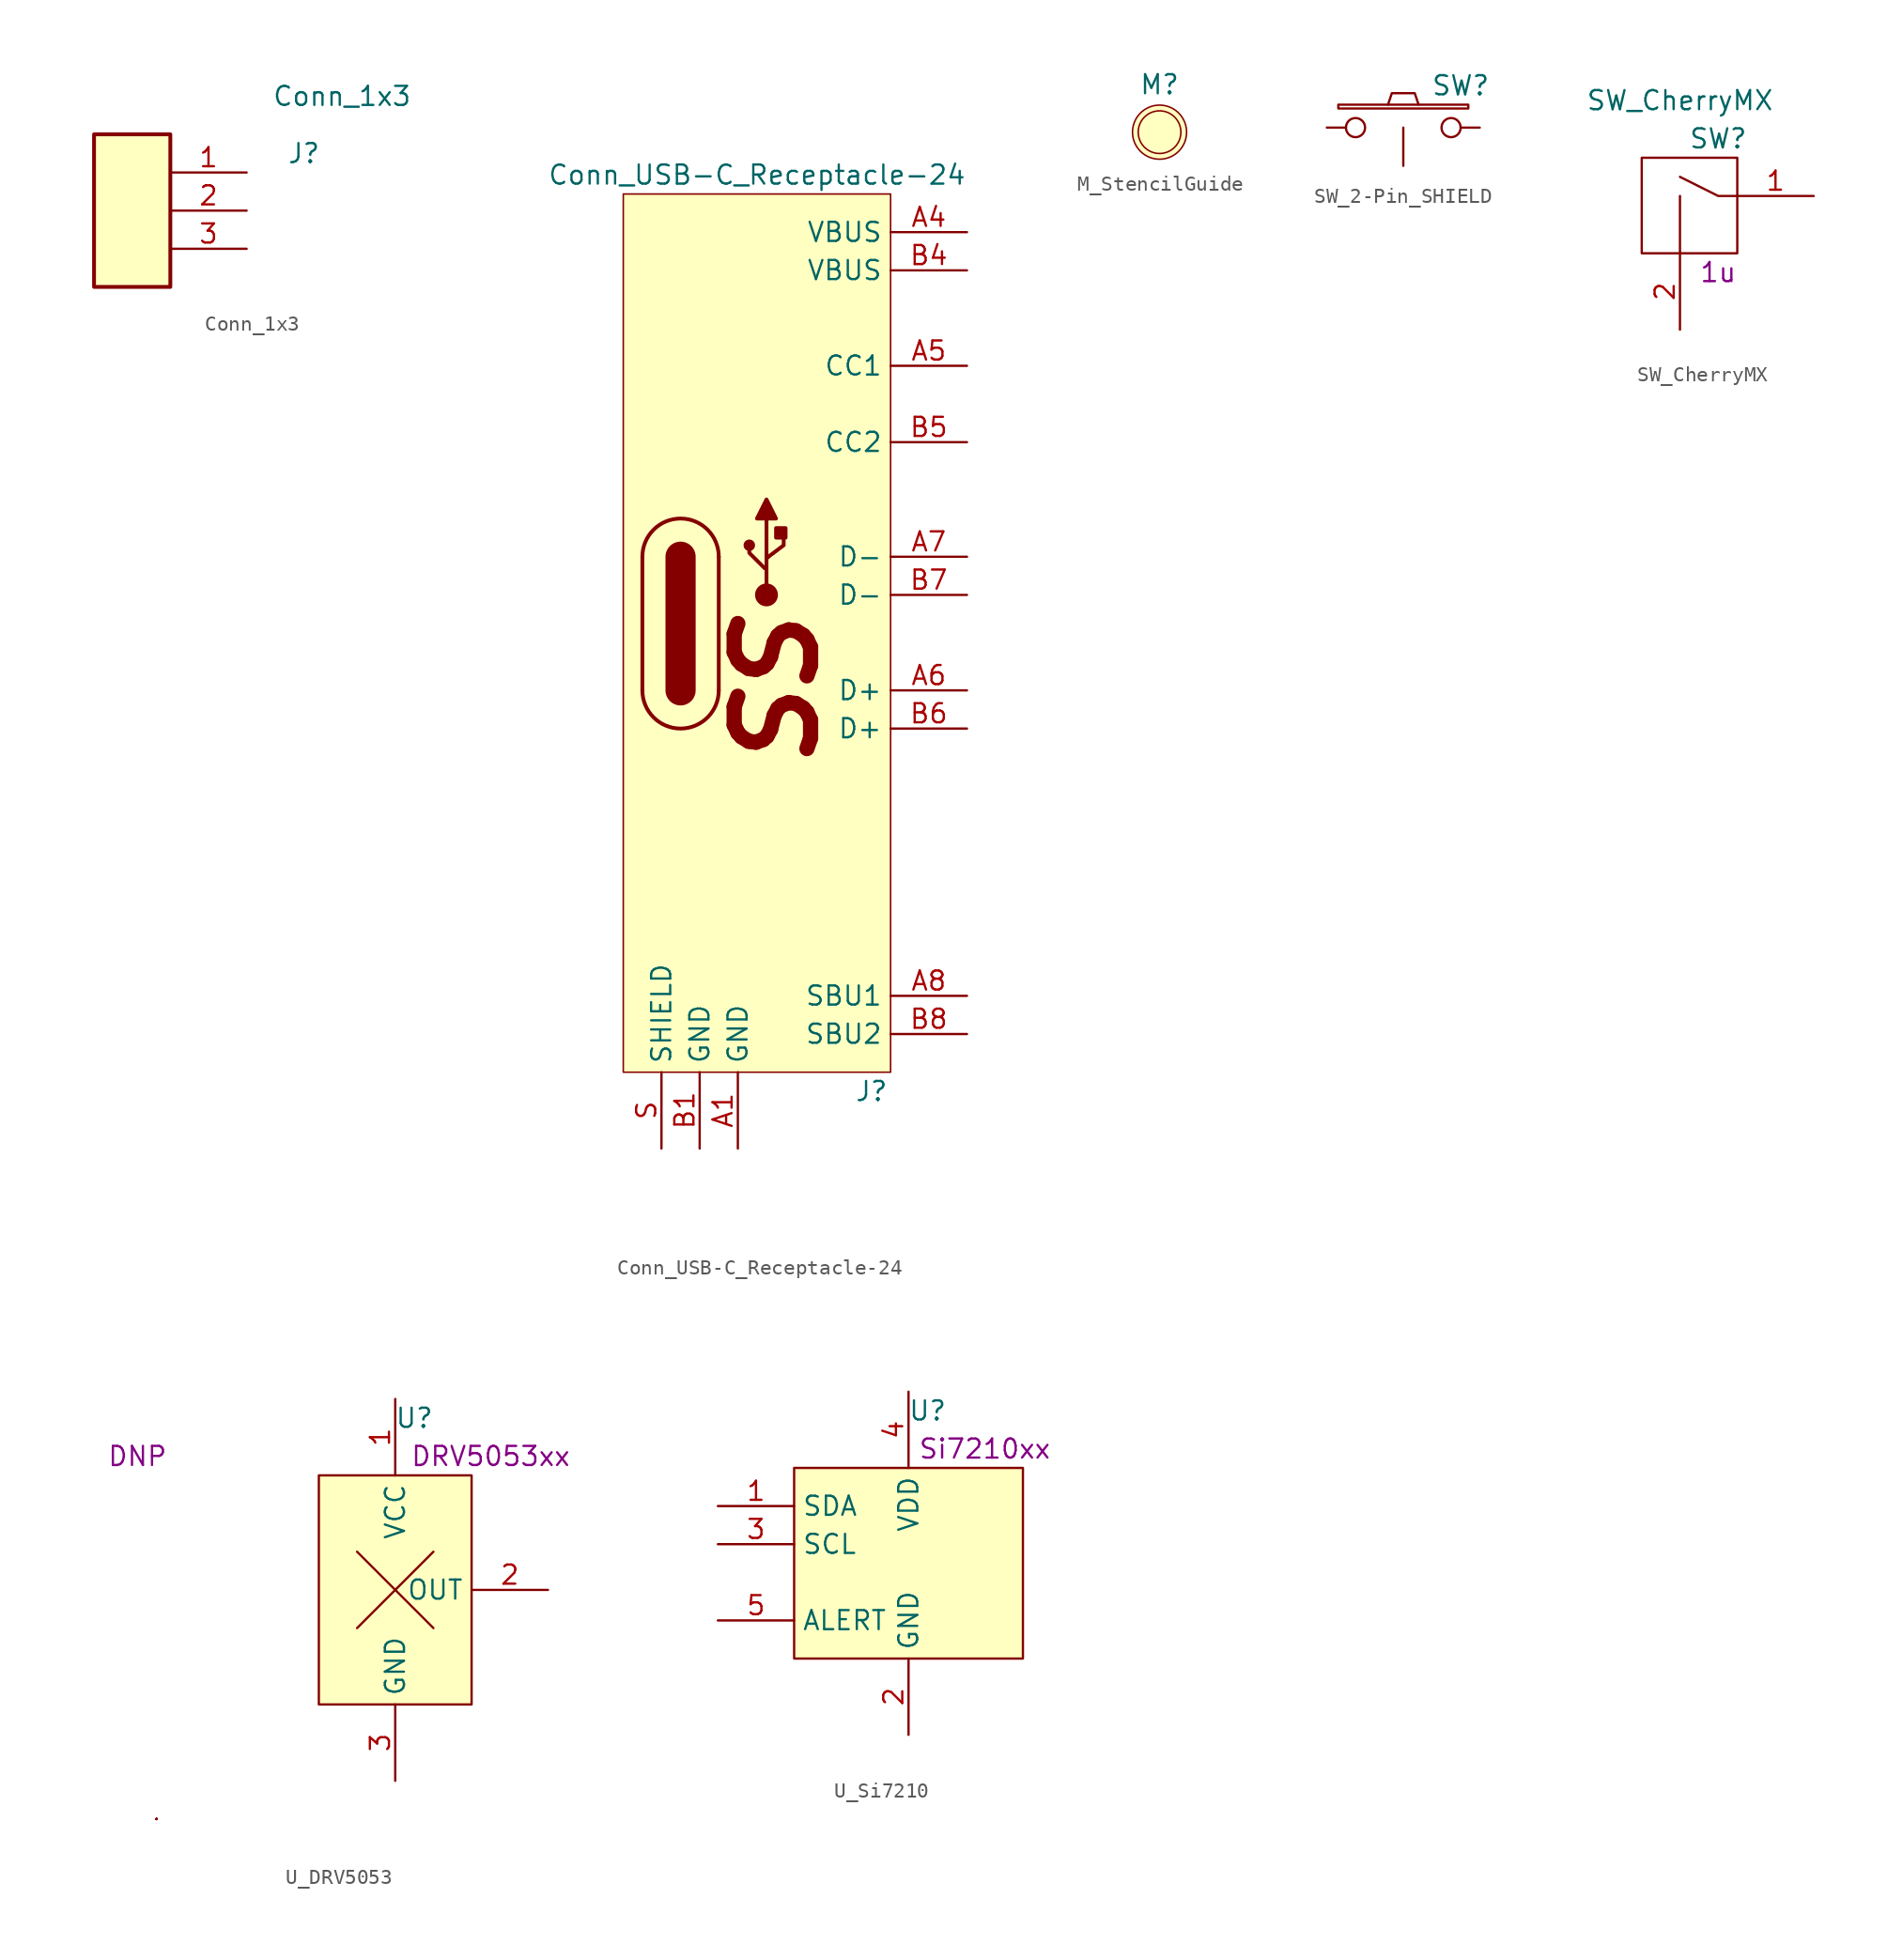
<source format=kicad_sym>
(kicad_symbol_lib
  (version 20211014)
  (generator kicad_symbol_editor)
  (symbol "Conn_1x3"
    (property "Reference" "J"
      (at 11.43 3.81 0)
      (effects (font (size 1.27 1.27))))
    (property "Value" "Conn_1x3"
      (at 13.97 7.62 0)
      (effects (font (size 1.27 1.27))))
    (symbol "Conn_1x3_0_1"
      (rectangle (start -2.54 5.08) (end 2.54 -5.08) (stroke (width 0.254) (type default) (color 0 0 0 0)) (fill (type background))))
    (symbol "Conn_1x3_1_1"
      (pin bidirectional line (at 7.62 2.54 180) (length 5.08) (name "~" (effects (font (size 1.27 1.27)))) (number "1" (effects (font (size 1.27 1.27)))))
      (pin bidirectional line (at 7.62 0 180) (length 5.08) (name "~" (effects (font (size 1.27 1.27)))) (number "2" (effects (font (size 1.27 1.27)))))
      (pin bidirectional line (at 7.62 -2.54 180) (length 5.08) (name "~" (effects (font (size 1.27 1.27)))) (number "3" (effects (font (size 1.27 1.27)))))))
  (symbol "Conn_USB-C_Receptacle-24"
    (property "Reference" "J"
      (at 7.62 -30.48 0)
      (effects (font (size 1.27 1.27))))
    (property "Value" "Conn_USB-C_Receptacle-24"
      (at 0 30.48 0)
      (effects (font (size 1.27 1.27))))
    (symbol "Conn_USB-C_Receptacle-24_0_0"
      (text "SS" (at 1.27 -3.81 900) (effects (font (size 5.08 5.08) bold italic))))
    (symbol "Conn_USB-C_Receptacle-24_0_1"
      (arc (start -7.62 -3.81) (mid -5.08 -6.35) (end -2.54 -3.81) (stroke (width 0.254) (type default) (color 0 0 0 0)) (fill (type none)))
      (arc (start -2.54 5.08) (mid -5.08 7.62) (end -7.62 5.08) (stroke (width 0.254) (type default) (color 0 0 0 0)) (fill (type none)))
      (polyline (pts (xy -7.62 -3.81) (xy -7.62 5.08)) (stroke (width 0.254) (type default) (color 0 0 0 0)) (fill (type none)))
      (polyline (pts (xy -5.08 5.08) (xy -5.08 -3.81)) (stroke (width 2.007) (type default) (color 0 0 0 0)) (fill (type none)))
      (polyline (pts (xy -2.54 5.08) (xy -2.54 -3.81)) (stroke (width 0.254) (type default) (color 0 0 0 0)) (fill (type none)))
      (rectangle (start 8.89 29.21) (end -8.89 -29.21) (stroke (width 0.102) (type default) (color 0 0 0 0)) (fill (type background))))
    (symbol "Conn_USB-C_Receptacle-24_1_1"
      (circle (center -0.508 5.842) (radius 0.254) (stroke (width 0.254) (type default) (color 0 0 0 0)) (fill (type outline)))
      (polyline (pts (xy 0.635 2.54) (xy 0.635 7.62)) (stroke (width 0.254) (type default) (color 0 0 0 0)) (fill (type none)))
      (polyline (pts (xy 0.762 5.08) (xy 0.635 4.953)) (stroke (width 0.254) (type default) (color 0 0 0 0)) (fill (type none)))
      (polyline (pts (xy -0.508 5.842) (xy -0.508 5.334) (xy 0.508 4.318)) (stroke (width 0.254) (type default) (color 0 0 0 0)) (fill (type none)))
      (polyline (pts (xy 1.778 6.35) (xy 1.778 5.842) (xy 0.762 5.08)) (stroke (width 0.254) (type default) (color 0 0 0 0)) (fill (type none)))
      (polyline (pts (xy 1.27 7.62) (xy 0 7.62) (xy 0.635 8.89) (xy 1.27 7.62)) (stroke (width 0.254) (type default) (color 0 0 0 0)) (fill (type outline)))
      (circle (center 0.635 2.54) (radius 0.635) (stroke (width 0.254) (type default) (color 0 0 0 0)) (fill (type outline)))
      (rectangle (start 1.905 6.985) (end 1.27 6.35) (stroke (width 0.254) (type default) (color 0 0 0 0)) (fill (type outline)))
      (pin power_in line (at -1.27 -34.29 90) (length 5.08) (name "GND" (effects (font (size 1.27 1.27)))) (number "A1" (effects (font (size 1.27 1.27)))))
      (pin power_in line (at 13.97 26.67 180) (length 5.08) (name "VBUS" (effects (font (size 1.27 1.27)))) (number "A4" (effects (font (size 1.27 1.27)))))
      (pin bidirectional line (at 13.97 17.78 180) (length 5.08) (name "CC1" (effects (font (size 1.27 1.27)))) (number "A5" (effects (font (size 1.27 1.27)))))
      (pin bidirectional line (at 13.97 -3.81 180) (length 5.08) (name "D+" (effects (font (size 1.27 1.27)))) (number "A6" (effects (font (size 1.27 1.27)))))
      (pin bidirectional line (at 13.97 5.08 180) (length 5.08) (name "D-" (effects (font (size 1.27 1.27)))) (number "A7" (effects (font (size 1.27 1.27)))))
      (pin bidirectional line (at 13.97 -24.13 180) (length 5.08) (name "SBU1" (effects (font (size 1.27 1.27)))) (number "A8" (effects (font (size 1.27 1.27)))))
      (pin power_in line (at -3.81 -34.29 90) (length 5.08) (name "GND" (effects (font (size 1.27 1.27)))) (number "B1" (effects (font (size 1.27 1.27)))))
      (pin power_in line (at 13.97 24.13 180) (length 5.08) (name "VBUS" (effects (font (size 1.27 1.27)))) (number "B4" (effects (font (size 1.27 1.27)))))
      (pin bidirectional line (at 13.97 12.7 180) (length 5.08) (name "CC2" (effects (font (size 1.27 1.27)))) (number "B5" (effects (font (size 1.27 1.27)))))
      (pin bidirectional line (at 13.97 -6.35 180) (length 5.08) (name "D+" (effects (font (size 1.27 1.27)))) (number "B6" (effects (font (size 1.27 1.27)))))
      (pin bidirectional line (at 13.97 2.54 180) (length 5.08) (name "D-" (effects (font (size 1.27 1.27)))) (number "B7" (effects (font (size 1.27 1.27)))))
      (pin bidirectional line (at 13.97 -26.67 180) (length 5.08) (name "SBU2" (effects (font (size 1.27 1.27)))) (number "B8" (effects (font (size 1.27 1.27)))))
      (pin bidirectional line (at -6.35 -34.29 90) (length 5.08) (name "SHIELD" (effects (font (size 1.27 1.27)))) (number "S" (effects (font (size 1.27 1.27)))))))
  (symbol "M_StencilGuide"
    (property "Reference" "M"
      (at 0 3.175 0)
      (effects (font (size 1.27 1.27))))
    (symbol "M_StencilGuide_0_1"
      (circle (center 0 0) (radius 1.422) (stroke (width 0.102) (type default) (color 0 0 0 0)) (fill (type none)))
      (circle (center 0 0) (radius 1.803) (stroke (width 0.102) (type default) (color 0 0 0 0)) (fill (type background)))))
  (symbol "SW_2-Pin_SHIELD"
    (pin_numbers hide)
    (pin_names hide)
    (property "Reference" "SW"
      (at 3.81 2.794 0)
      (effects (font (size 1.27 1.27))))
    (symbol "SW_2-Pin_SHIELD_0_1"
      (rectangle (start -4.318 1.27) (end 4.318 1.524) (stroke (width 0) (type default) (color 0 0 0 0)) (fill (type none)))
      (polyline (pts (xy -1.016 1.524) (xy -0.762 2.286) (xy 0.762 2.286) (xy 1.016 1.524)) (stroke (width 0) (type default) (color 0 0 0 0)) (fill (type none)))
      (pin bidirectional inverted (at -5.08 0 0) (length 2.54) (name "in" (effects (font (size 1.27 1.27)))) (number "1" (effects (font (size 1.27 1.27)))))
      (pin bidirectional inverted (at 5.08 0 180) (length 2.54) (name "out" (effects (font (size 1.27 1.27)))) (number "2" (effects (font (size 1.27 1.27)))))
      (pin bidirectional line (at 0 -2.54 90) (length 2.54) (name "shield" (effects (font (size 1.27 1.27)))) (number "S" (effects (font (size 1.27 1.27)))))))
  (symbol "SW_CherryMX"
    (pin_names hide)
    (property "Reference" "SW"
      (at 2.54 5.08 0)
      (effects (font (size 1.27 1.27))))
    (property "Value" "SW_CherryMX"
      (at 0 7.62 0)
      (effects (font (size 1.27 1.27))))
    (property "Package" "1u"
      (at 2.54 -3.81 0)
      (effects (font (size 1.27 1.27))))
    (symbol "SW_CherryMX_0_1"
      (rectangle (start -2.54 3.81) (end 3.81 -2.54) (stroke (width 0) (type default) (color 0 0 0 0)) (fill (type none)))
      (polyline (pts (xy 0 -2.54) (xy 0 1.27)) (stroke (width 0) (type default) (color 0 0 0 0)) (fill (type none)))
      (polyline (pts (xy 3.81 1.27) (xy 2.54 1.27) (xy 0 2.54)) (stroke (width 0) (type default) (color 0 0 0 0)) (fill (type none))))
    (symbol "SW_CherryMX_1_1"
      (pin input line (at 8.89 1.27 180) (length 5.08) (name "COL" (effects (font (size 1.27 1.27)))) (number "1" (effects (font (size 1.27 1.27)))))
      (pin input line (at 0 -7.62 90) (length 5.08) (name "ROW" (effects (font (size 1.27 1.27)))) (number "2" (effects (font (size 1.27 1.27)))))))
  (symbol "U_DRV5053"
    (property "Reference" "U"
      (at 1.27 11.43 0)
      (effects (font (size 1.27 1.27))))
    (property "MPN" "DRV5053xx"
      (at 6.35 8.89 0)
      (effects (font (size 1.27 1.27))))
    (property "MV PN" "DNP"
      (at -17.145 8.89 0)
      (effects (font (size 1.27 1.27))))
    (symbol "U_DRV5053_0_1"
      (rectangle (start -15.875 -15.24) (end -15.875 -15.24) (stroke (width 0.152) (type default) (color 0 0 0 0)) (fill (type none)))
      (rectangle (start -15.875 -15.24) (end -15.875 -15.24) (stroke (width 0.152) (type default) (color 0 0 0 0)) (fill (type none)))
      (rectangle (start -15.875 -15.24) (end -15.875 -15.24) (stroke (width 0.152) (type default) (color 0 0 0 0)) (fill (type none)))
      (rectangle (start -15.875 -15.24) (end -15.875 -15.24) (stroke (width 0.152) (type default) (color 0 0 0 0)) (fill (type none)))
      (rectangle (start -15.875 -15.24) (end -15.875 -15.24) (stroke (width 0.152) (type default) (color 0 0 0 0)) (fill (type none)))
      (rectangle (start -15.875 -15.24) (end -15.875 -15.24) (stroke (width 0.152) (type default) (color 0 0 0 0)) (fill (type none)))
      (rectangle (start -15.875 -15.24) (end -15.875 -15.24) (stroke (width 0.152) (type default) (color 0 0 0 0)) (fill (type none)))
      (rectangle (start -15.875 -15.24) (end -15.875 -15.24) (stroke (width 0.152) (type default) (color 0 0 0 0)) (fill (type none)))
      (rectangle (start -15.875 -15.24) (end -15.875 -15.24) (stroke (width 0.152) (type default) (color 0 0 0 0)) (fill (type none)))
      (rectangle (start -15.875 -15.24) (end -15.875 -15.24) (stroke (width 0.152) (type default) (color 0 0 0 0)) (fill (type none)))
      (rectangle (start -5.08 7.62) (end 5.08 -7.62) (stroke (width 0.152) (type default) (color 0 0 0 0)) (fill (type background)))
      (polyline (pts (xy -2.54 2.54) (xy 2.54 -2.54)) (stroke (width 0.152) (type default) (color 0 0 0 0)) (fill (type none)))
      (polyline (pts (xy 2.54 2.54) (xy -2.54 -2.54)) (stroke (width 0.152) (type default) (color 0 0 0 0)) (fill (type none))))
    (symbol "U_DRV5053_1_1"
      (pin power_in line (at 0 12.7 270) (length 5.08) (name "VCC" (effects (font (size 1.27 1.27)))) (number "1" (effects (font (size 1.27 1.27)))))
      (pin output line (at 10.16 0 180) (length 5.08) (name "OUT" (effects (font (size 1.27 1.27)))) (number "2" (effects (font (size 1.27 1.27)))))
      (pin power_in line (at 0 -12.7 90) (length 5.08) (name "GND" (effects (font (size 1.27 1.27)))) (number "3" (effects (font (size 1.27 1.27)))))))
  (symbol "U_Si7210"
    (property "Reference" "U"
      (at 1.27 8.89 0)
      (effects (font (size 1.27 1.27))))
    (property "MPN" "Si7210xx"
      (at 5.08 6.35 0)
      (effects (font (size 1.27 1.27))))
    (symbol "U_Si7210_0_1"
      (rectangle (start -7.62 5.08) (end 7.62 -7.62) (stroke (width 0.152) (type default) (color 0 0 0 0)) (fill (type background))))
    (symbol "U_Si7210_1_1"
      (pin bidirectional line (at -12.7 2.54 0) (length 5.08) (name "SDA" (effects (font (size 1.27 1.27)))) (number "1" (effects (font (size 1.27 1.27)))))
      (pin power_in line (at 0 -12.7 90) (length 5.08) (name "GND" (effects (font (size 1.27 1.27)))) (number "2" (effects (font (size 1.27 1.27)))))
      (pin bidirectional line (at -12.7 0 0) (length 5.08) (name "SCL" (effects (font (size 1.27 1.27)))) (number "3" (effects (font (size 1.27 1.27)))))
      (pin power_in line (at 0 10.16 270) (length 5.08) (name "VDD" (effects (font (size 1.27 1.27)))) (number "4" (effects (font (size 1.27 1.27)))))
      (pin output line (at -12.7 -5.08 0) (length 5.08) (name "ALERT" (effects (font (size 1.27 1.27)))) (number "5" (effects (font (size 1.27 1.27))))))))
</source>
